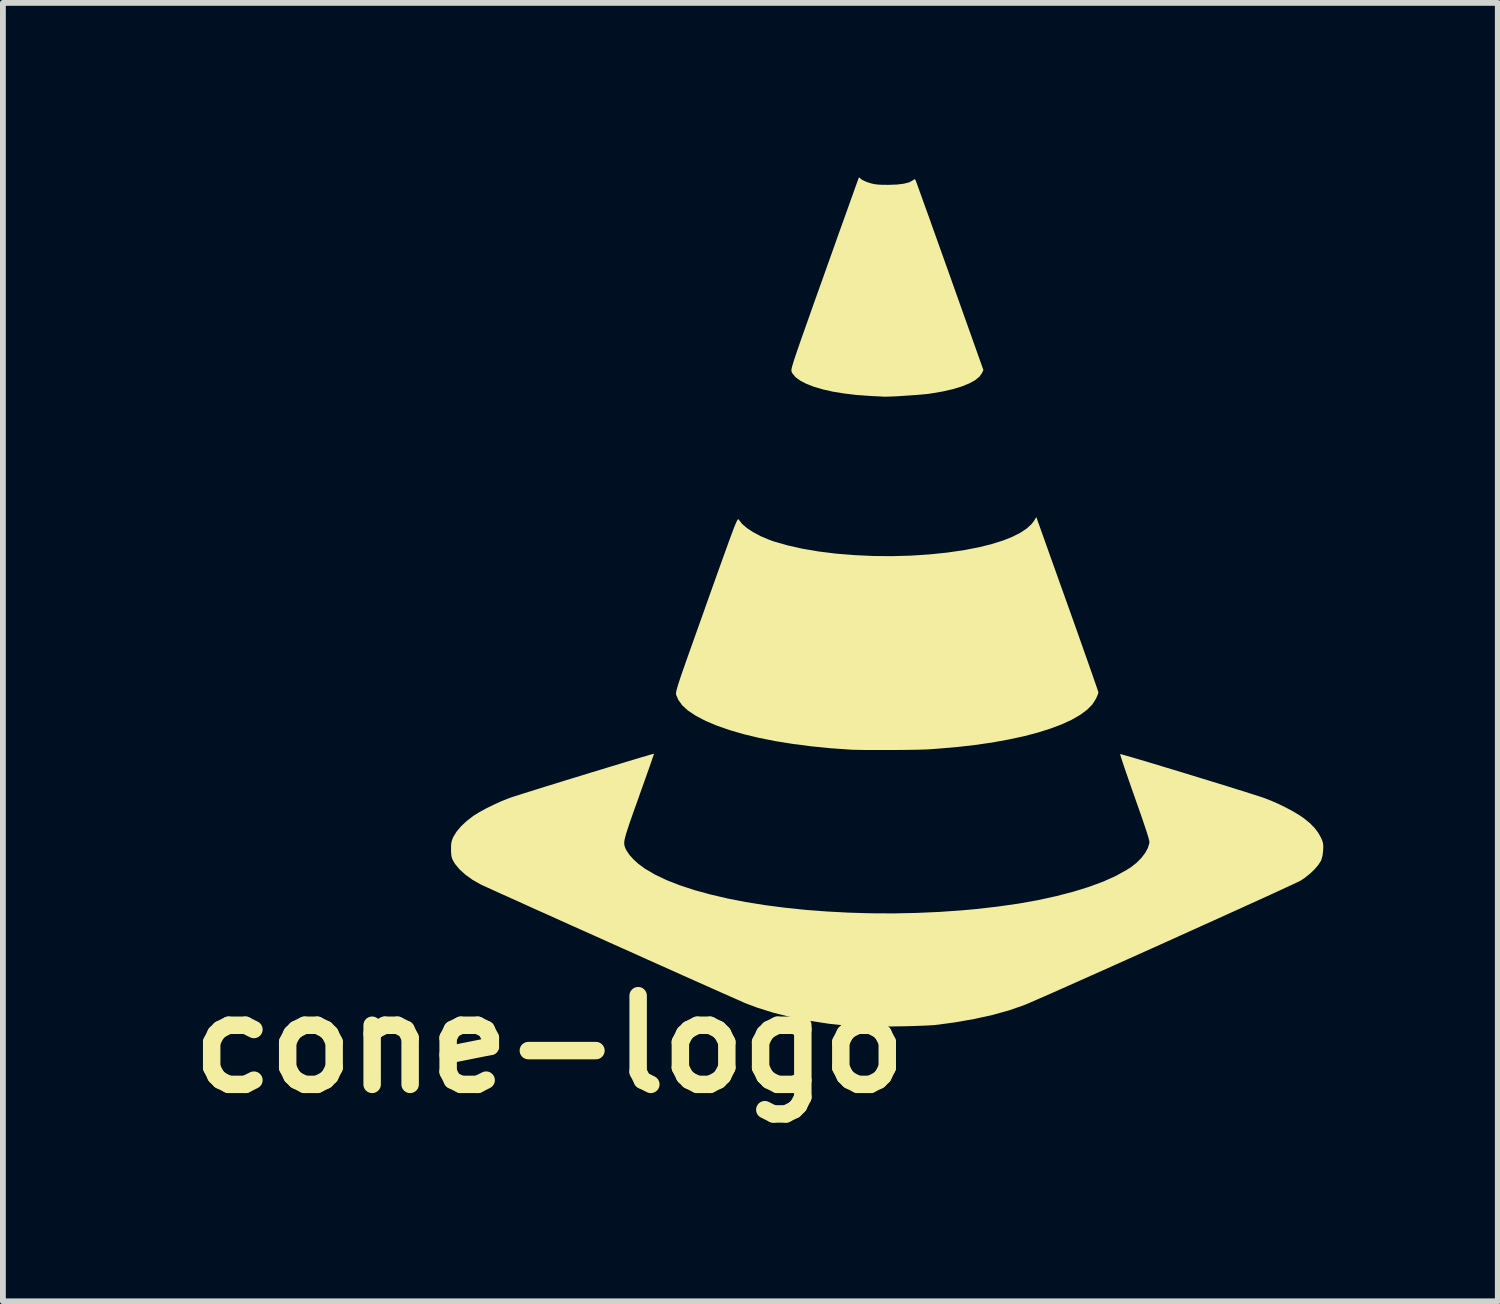
<source format=kicad_pcb>
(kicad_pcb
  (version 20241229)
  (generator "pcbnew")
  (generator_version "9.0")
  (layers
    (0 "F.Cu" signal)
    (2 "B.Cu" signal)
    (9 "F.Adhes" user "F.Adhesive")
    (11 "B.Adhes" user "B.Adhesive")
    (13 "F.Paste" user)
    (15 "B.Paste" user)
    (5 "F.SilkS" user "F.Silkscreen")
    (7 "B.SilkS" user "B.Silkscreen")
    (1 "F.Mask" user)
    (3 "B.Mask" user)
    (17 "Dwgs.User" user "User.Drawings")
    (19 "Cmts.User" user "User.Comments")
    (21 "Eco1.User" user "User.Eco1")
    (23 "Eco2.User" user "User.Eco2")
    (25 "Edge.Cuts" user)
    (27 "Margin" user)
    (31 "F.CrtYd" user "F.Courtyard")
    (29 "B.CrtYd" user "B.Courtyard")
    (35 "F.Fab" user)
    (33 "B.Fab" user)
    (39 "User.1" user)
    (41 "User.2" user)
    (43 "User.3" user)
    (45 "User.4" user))
  (footprint "cone-logo"
    (layer "F.Cu")
    (at 12.194 7.298)
    (property "Reference" "cone-logo" (at -5.8 7.6 0) (layer "F.SilkS") (effects (font (size 1.524 1.524) (thickness 0.3))))
    (attr board_only exclude_from_pos_files exclude_from_bom)
    (fp_poly (pts (xy -0.47 -7.293) (xy -0.447 -7.272) (xy -0.417 -7.252) (xy -0.368 -7.229) (xy -0.309 -7.207) (xy -0.304 -7.206) (xy -0.252 -7.191) (xy -0.202 -7.181) (xy -0.147 -7.175) (xy -0.078 -7.172) (xy 0.013 -7.171) (xy 0.023 -7.171) (xy 0.172 -7.176) (xy 0.292 -7.191) (xy 0.382 -7.214) (xy 0.444 -7.247) (xy 0.45 -7.252) (xy 0.473 -7.268) (xy 0.488 -7.26) (xy 0.49 -7.257) (xy 0.496 -7.24) (xy 0.513 -7.196) (xy 0.538 -7.127) (xy 0.571 -7.035) (xy 0.612 -6.921) (xy 0.66 -6.787) (xy 0.715 -6.636) (xy 0.774 -6.469) (xy 0.839 -6.288) (xy 0.908 -6.094) (xy 0.981 -5.89) (xy 1.057 -5.678) (xy 1.08 -5.613) (xy 1.658 -3.988) (xy 1.632 -3.933) (xy 1.586 -3.87) (xy 1.512 -3.811) (xy 1.41 -3.756) (xy 1.283 -3.705) (xy 1.131 -3.659) (xy 0.956 -3.619) (xy 0.76 -3.586) (xy 0.729 -3.581) (xy 0.671 -3.574) (xy 0.592 -3.567) (xy 0.499 -3.559) (xy 0.397 -3.552) (xy 0.292 -3.545) (xy 0.191 -3.538) (xy 0.099 -3.534) (xy 0.023 -3.531) (xy -0.033 -3.53) (xy -0.054 -3.53) (xy -0.08 -3.532) (xy -0.13 -3.535) (xy -0.198 -3.538) (xy -0.277 -3.542) (xy -0.307 -3.544) (xy -0.528 -3.56) (xy -0.736 -3.585) (xy -0.927 -3.616) (xy -1.1 -3.655) (xy -1.253 -3.7) (xy -1.384 -3.751) (xy -1.491 -3.806) (xy -1.572 -3.866) (xy -1.625 -3.931) (xy -1.636 -3.954) (xy -1.639 -3.962) (xy -1.641 -3.972) (xy -1.642 -3.984) (xy -1.64 -4.001) (xy -1.636 -4.024) (xy -1.628 -4.055) (xy -1.616 -4.095) (xy -1.601 -4.145) (xy -1.58 -4.209) (xy -1.554 -4.286) (xy -1.522 -4.379) (xy -1.484 -4.489) (xy -1.438 -4.619) (xy -1.385 -4.769) (xy -1.324 -4.941) (xy -1.255 -5.137) (xy -1.176 -5.358) (xy -1.087 -5.606) (xy -1.072 -5.649) (xy -0.995 -5.865) (xy -0.921 -6.072) (xy -0.851 -6.27) (xy -0.785 -6.455) (xy -0.723 -6.627) (xy -0.667 -6.783) (xy -0.617 -6.923) (xy -0.574 -7.043) (xy -0.539 -7.142) (xy -0.511 -7.218) (xy -0.493 -7.27) (xy -0.483 -7.296) (xy -0.482 -7.298)) (stroke (width 0) (type solid)) (fill yes) (layer "F.SilkS"))
    (fp_poly (pts (xy 2.586 -1.409) (xy 2.593 -1.387) (xy 2.611 -1.339) (xy 2.637 -1.266) (xy 2.671 -1.17) (xy 2.713 -1.053) (xy 2.761 -0.918) (xy 2.815 -0.766) (xy 2.875 -0.599) (xy 2.939 -0.419) (xy 3.007 -0.229) (xy 3.078 -0.03) (xy 3.12 0.087) (xy 3.192 0.289) (xy 3.261 0.483) (xy 3.326 0.667) (xy 3.387 0.84) (xy 3.443 0.998) (xy 3.493 1.14) (xy 3.537 1.265) (xy 3.573 1.37) (xy 3.602 1.452) (xy 3.622 1.512) (xy 3.633 1.545) (xy 3.635 1.552) (xy 3.629 1.576) (xy 3.613 1.617) (xy 3.591 1.664) (xy 3.531 1.759) (xy 3.44 1.851) (xy 3.322 1.938) (xy 3.177 2.022) (xy 3.006 2.101) (xy 2.812 2.174) (xy 2.594 2.243) (xy 2.354 2.306) (xy 2.093 2.362) (xy 1.814 2.413) (xy 1.516 2.456) (xy 1.201 2.492) (xy 0.87 2.52) (xy 0.721 2.531) (xy 0.648 2.534) (xy 0.55 2.537) (xy 0.433 2.539) (xy 0.301 2.541) (xy 0.16 2.542) (xy 0.014 2.543) (xy -0.13 2.543) (xy -0.267 2.543) (xy -0.393 2.542) (xy -0.502 2.54) (xy -0.589 2.538) (xy -0.629 2.536) (xy -0.971 2.512) (xy -1.301 2.479) (xy -1.617 2.438) (xy -1.917 2.39) (xy -2.199 2.334) (xy -2.461 2.271) (xy -2.702 2.201) (xy -2.92 2.125) (xy -3.113 2.044) (xy -3.28 1.957) (xy -3.417 1.866) (xy -3.421 1.863) (xy -3.517 1.776) (xy -3.585 1.682) (xy -3.62 1.601) (xy -3.623 1.59) (xy -3.625 1.579) (xy -3.625 1.565) (xy -3.623 1.547) (xy -3.618 1.523) (xy -3.61 1.491) (xy -3.598 1.45) (xy -3.582 1.398) (xy -3.561 1.333) (xy -3.534 1.253) (xy -3.501 1.158) (xy -3.461 1.044) (xy -3.414 0.911) (xy -3.359 0.756) (xy -3.296 0.579) (xy -3.224 0.377) (xy -3.142 0.148) (xy -3.105 0.042) (xy -3.019 -0.199) (xy -2.943 -0.412) (xy -2.876 -0.599) (xy -2.817 -0.763) (xy -2.766 -0.904) (xy -2.723 -1.024) (xy -2.686 -1.124) (xy -2.655 -1.207) (xy -2.63 -1.274) (xy -2.609 -1.326) (xy -2.592 -1.365) (xy -2.579 -1.393) (xy -2.57 -1.411) (xy -2.562 -1.42) (xy -2.556 -1.424) (xy -2.551 -1.422) (xy -2.547 -1.417) (xy -2.545 -1.414) (xy -2.487 -1.341) (xy -2.402 -1.269) (xy -2.294 -1.198) (xy -2.167 -1.131) (xy -2.024 -1.071) (xy -1.953 -1.045) (xy -1.715 -0.976) (xy -1.452 -0.917) (xy -1.169 -0.869) (xy -0.87 -0.832) (xy -0.558 -0.807) (xy -0.238 -0.792) (xy 0.086 -0.789) (xy 0.41 -0.798) (xy 0.729 -0.819) (xy 1.04 -0.851) (xy 1.339 -0.895) (xy 1.595 -0.945) (xy 1.804 -0.998) (xy 1.991 -1.056) (xy 2.154 -1.121) (xy 2.292 -1.191) (xy 2.404 -1.265) (xy 2.487 -1.342) (xy 2.524 -1.39) (xy 2.568 -1.46)) (stroke (width 0) (type solid)) (fill yes) (layer "F.SilkS"))
    (fp_poly (pts (xy -4.003 2.607) (xy -4.008 2.623) (xy -4.023 2.665) (xy -4.045 2.731) (xy -4.075 2.817) (xy -4.112 2.921) (xy -4.154 3.04) (xy -4.201 3.171) (xy -4.251 3.312) (xy -4.265 3.353) (xy -4.326 3.523) (xy -4.377 3.666) (xy -4.419 3.786) (xy -4.452 3.886) (xy -4.478 3.966) (xy -4.496 4.031) (xy -4.509 4.083) (xy -4.515 4.125) (xy -4.515 4.158) (xy -4.511 4.187) (xy -4.503 4.212) (xy -4.492 4.238) (xy -4.477 4.267) (xy -4.477 4.268) (xy -4.428 4.342) (xy -4.357 4.422) (xy -4.268 4.502) (xy -4.168 4.576) (xy -4.163 4.58) (xy -3.99 4.682) (xy -3.789 4.778) (xy -3.562 4.867) (xy -3.31 4.95) (xy -3.036 5.025) (xy -2.742 5.094) (xy -2.43 5.155) (xy -2.101 5.208) (xy -1.757 5.253) (xy -1.401 5.29) (xy -1.034 5.318) (xy -0.658 5.338) (xy -0.276 5.349) (xy 0.111 5.351) (xy 0.501 5.343) (xy 0.893 5.326) (xy 1.283 5.299) (xy 1.535 5.276) (xy 1.909 5.233) (xy 2.265 5.182) (xy 2.601 5.122) (xy 2.915 5.053) (xy 3.207 4.977) (xy 3.475 4.894) (xy 3.718 4.804) (xy 3.934 4.707) (xy 4.121 4.603) (xy 4.198 4.554) (xy 4.29 4.481) (xy 4.372 4.399) (xy 4.438 4.312) (xy 4.485 4.226) (xy 4.509 4.146) (xy 4.512 4.126) (xy 4.507 4.098) (xy 4.493 4.043) (xy 4.468 3.961) (xy 4.432 3.853) (xy 4.386 3.717) (xy 4.329 3.553) (xy 4.261 3.361) (xy 4.257 3.347) (xy 4.206 3.205) (xy 4.16 3.072) (xy 4.118 2.95) (xy 4.081 2.843) (xy 4.051 2.753) (xy 4.028 2.683) (xy 4.014 2.636) (xy 4.008 2.614) (xy 4.008 2.612) (xy 4.024 2.615) (xy 4.066 2.627) (xy 4.133 2.646) (xy 4.221 2.671) (xy 4.328 2.703) (xy 4.451 2.739) (xy 4.587 2.78) (xy 4.735 2.825) (xy 4.891 2.872) (xy 5.053 2.921) (xy 5.219 2.972) (xy 5.385 3.023) (xy 5.549 3.073) (xy 5.708 3.122) (xy 5.861 3.169) (xy 6.003 3.214) (xy 6.133 3.254) (xy 6.248 3.291) (xy 6.346 3.322) (xy 6.423 3.347) (xy 6.478 3.365) (xy 6.488 3.369) (xy 6.606 3.415) (xy 6.731 3.47) (xy 6.857 3.532) (xy 6.976 3.595) (xy 7.08 3.657) (xy 7.16 3.711) (xy 7.268 3.799) (xy 7.351 3.883) (xy 7.415 3.968) (xy 7.458 4.046) (xy 7.482 4.1) (xy 7.495 4.144) (xy 7.5 4.192) (xy 7.498 4.256) (xy 7.498 4.261) (xy 7.488 4.352) (xy 7.469 4.424) (xy 7.456 4.453) (xy 7.412 4.521) (xy 7.347 4.596) (xy 7.267 4.672) (xy 7.177 4.743) (xy 7.107 4.789) (xy 7.082 4.802) (xy 7.031 4.826) (xy 6.955 4.862) (xy 6.857 4.907) (xy 6.738 4.962) (xy 6.601 5.025) (xy 6.446 5.096) (xy 6.276 5.173) (xy 6.092 5.257) (xy 5.897 5.345) (xy 5.692 5.438) (xy 5.479 5.534) (xy 5.26 5.633) (xy 5.037 5.734) (xy 4.811 5.836) (xy 4.585 5.938) (xy 4.359 6.039) (xy 4.137 6.139) (xy 3.92 6.236) (xy 3.709 6.331) (xy 3.506 6.421) (xy 3.314 6.507) (xy 3.134 6.587) (xy 2.968 6.661) (xy 2.817 6.728) (xy 2.685 6.786) (xy 2.571 6.836) (xy 2.479 6.876) (xy 2.41 6.906) (xy 2.365 6.924) (xy 2.362 6.926) (xy 2.103 7.016) (xy 1.817 7.096) (xy 1.504 7.165) (xy 1.167 7.224) (xy 0.874 7.264) (xy 0.801 7.271) (xy 0.702 7.277) (xy 0.582 7.282) (xy 0.446 7.287) (xy 0.299 7.291) (xy 0.146 7.293) (xy -0.008 7.295) (xy -0.159 7.296) (xy -0.3 7.295) (xy -0.428 7.294) (xy -0.538 7.291) (xy -0.624 7.286) (xy -0.644 7.285) (xy -0.993 7.248) (xy -1.33 7.197) (xy -1.65 7.134) (xy -1.951 7.058) (xy -2.229 6.971) (xy -2.431 6.895) (xy -2.463 6.881) (xy -2.521 6.855) (xy -2.603 6.819) (xy -2.707 6.773) (xy -2.831 6.718) (xy -2.973 6.655) (xy -3.132 6.584) (xy -3.305 6.507) (xy -3.491 6.424) (xy -3.687 6.336) (xy -3.892 6.244) (xy -4.105 6.149) (xy -4.322 6.051) (xy -4.543 5.952) (xy -4.765 5.853) (xy -4.986 5.753) (xy -5.205 5.655) (xy -5.42 5.559) (xy -5.629 5.465) (xy -5.83 5.374) (xy -6.021 5.289) (xy -6.2 5.208) (xy -6.365 5.133) (xy -6.515 5.066) (xy -6.648 5.006) (xy -6.762 4.954) (xy -6.854 4.912) (xy -6.923 4.881) (xy -6.968 4.86) (xy -6.982 4.853) (xy -7.12 4.775) (xy -7.242 4.688) (xy -7.345 4.595) (xy -7.424 4.499) (xy -7.456 4.446) (xy -7.475 4.404) (xy -7.486 4.36) (xy -7.491 4.303) (xy -7.492 4.249) (xy -7.491 4.178) (xy -7.485 4.127) (xy -7.472 4.082) (xy -7.45 4.031) (xy -7.448 4.028) (xy -7.395 3.943) (xy -7.318 3.852) (xy -7.223 3.763) (xy -7.114 3.679) (xy -7.095 3.666) (xy -7.002 3.609) (xy -6.889 3.547) (xy -6.765 3.486) (xy -6.639 3.428) (xy -6.519 3.38) (xy -6.465 3.36) (xy -6.415 3.343) (xy -6.341 3.32) (xy -6.248 3.29) (xy -6.136 3.255) (xy -6.008 3.215) (xy -5.869 3.171) (xy -5.718 3.125) (xy -5.561 3.076) (xy -5.398 3.026) (xy -5.233 2.976) (xy -5.068 2.925) (xy -4.906 2.876) (xy -4.75 2.828) (xy -4.601 2.783) (xy -4.463 2.741) (xy -4.339 2.704) (xy -4.23 2.671) (xy -4.139 2.645) (xy -4.07 2.624) (xy -4.024 2.612) (xy -4.004 2.607)) (stroke (width 0) (type solid)) (fill yes) (layer "F.SilkS")))
  (gr_rect
    (start -3 -3)
    (end 22.693 19.316)
    (stroke (width 0.1) (type default))
    (fill no)
    (layer "Edge.Cuts")))
</source>
